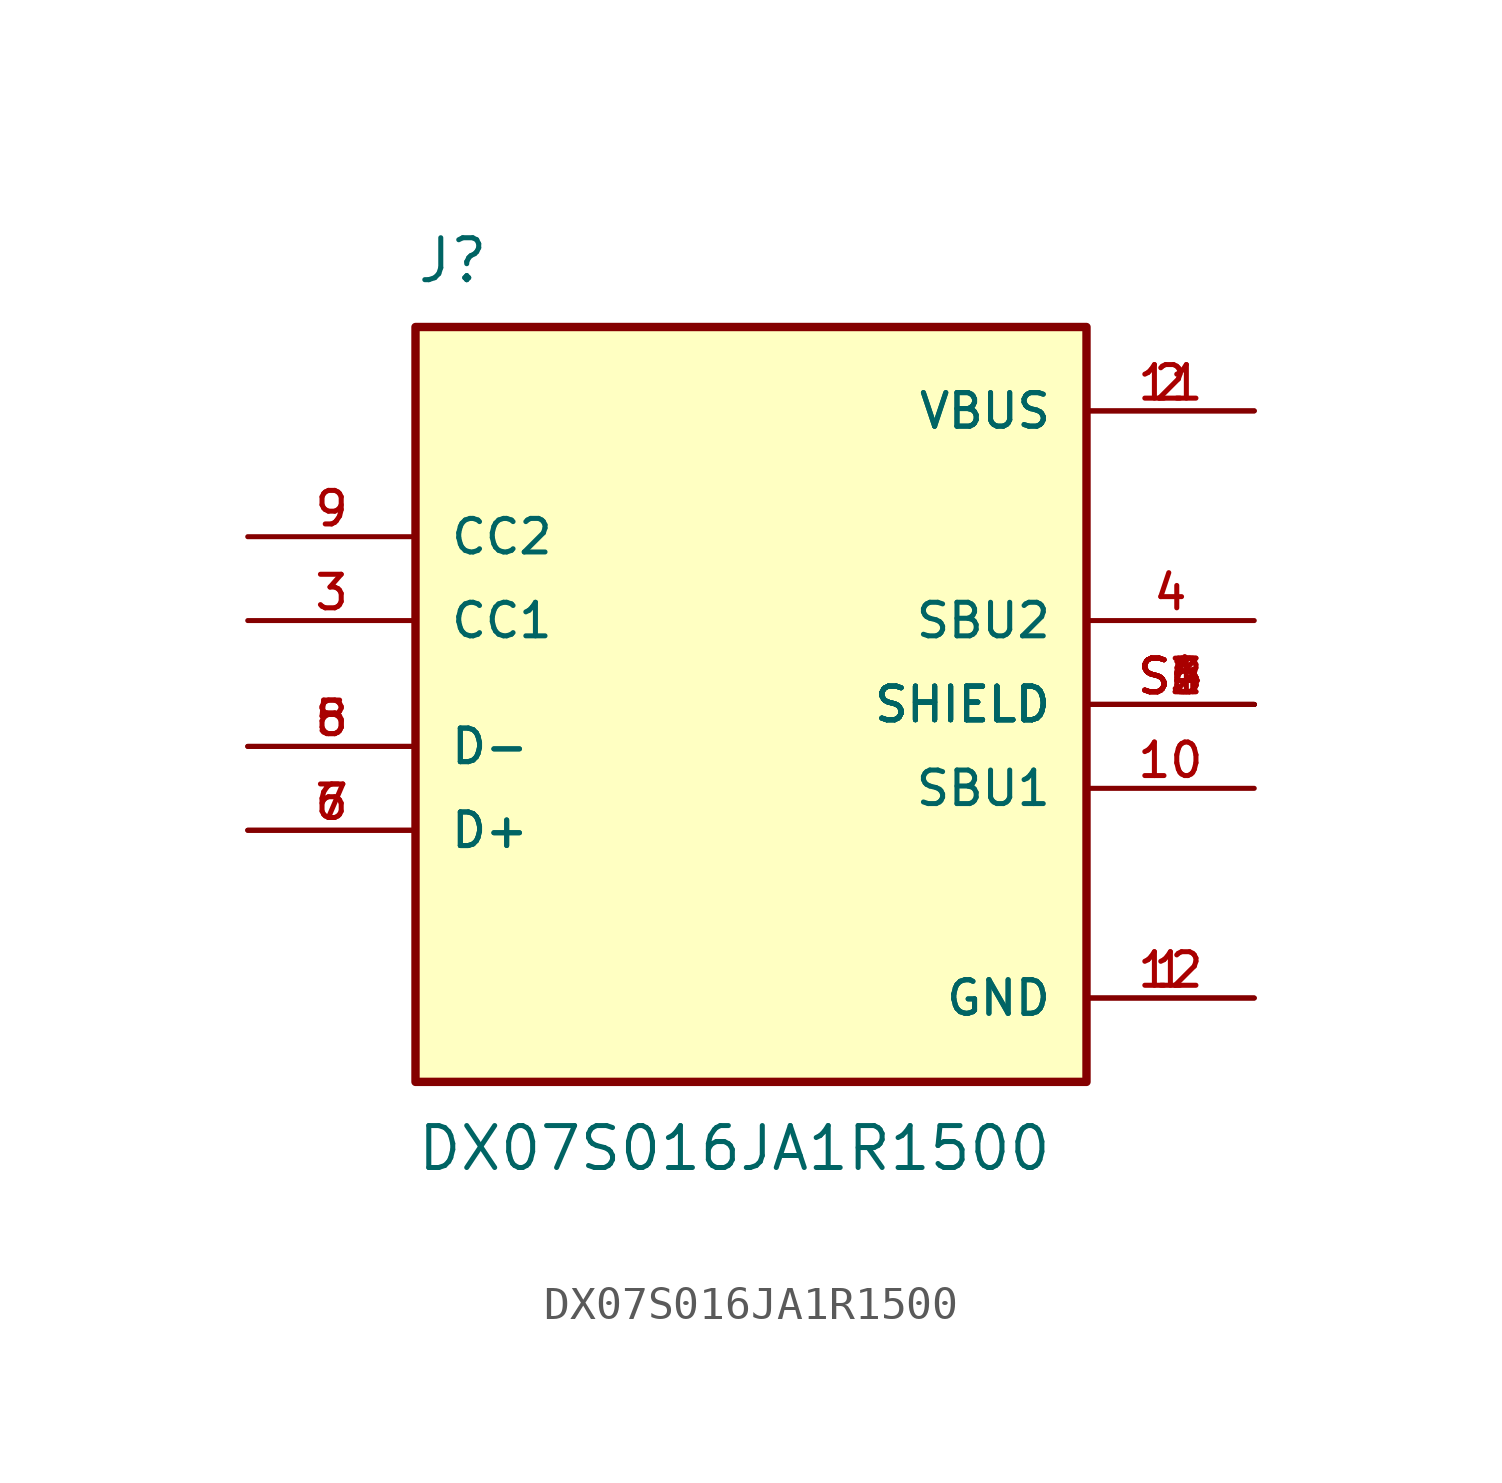
<source format=kicad_sym>
(kicad_symbol_lib
  (version 20231120)
  (generator "kicad_symbol_editor")
  (generator_version "8.0")
  (symbol "DX07S016JA1R1500"
    (pin_names
      (offset 1.016))
    (property "Reference" "J"
      (at -10.16 11.43 0)
      (effects (font (size 1.27 1.27)) (justify left bottom)))
    (property "Value" "DX07S016JA1R1500"
      (at -10.16 -13.97 0)
      (effects (font (size 1.27 1.27)) (justify left top)))
    (symbol "DX07S016JA1R1500_0_0"
      (rectangle (start -10.16 10.16) (end 10.16 -12.7) (stroke (width 0.254) (type default)) (fill (type background)))
      (pin power_in line (at 15.24 -10.16 180) (length 5.08) (name "GND" (effects (font (size 1.016 1.016)))) (number "1" (effects (font (size 1.016 1.016)))))
      (pin passive line (at 15.24 -3.81 180) (length 5.08) (name "SBU1" (effects (font (size 1.016 1.016)))) (number "10" (effects (font (size 1.016 1.016)))))
      (pin passive line (at 15.24 7.62 180) (length 5.08) (name "VBUS" (effects (font (size 1.016 1.016)))) (number "11" (effects (font (size 1.016 1.016)))))
      (pin power_in line (at 15.24 -10.16 180) (length 5.08) (name "GND" (effects (font (size 1.016 1.016)))) (number "12" (effects (font (size 1.016 1.016)))))
      (pin passive line (at 15.24 7.62 180) (length 5.08) (name "VBUS" (effects (font (size 1.016 1.016)))) (number "2" (effects (font (size 1.016 1.016)))))
      (pin passive line (at -15.24 1.27 0) (length 5.08) (name "CC1" (effects (font (size 1.016 1.016)))) (number "3" (effects (font (size 1.016 1.016)))))
      (pin passive line (at 15.24 1.27 180) (length 5.08) (name "SBU2" (effects (font (size 1.016 1.016)))) (number "4" (effects (font (size 1.016 1.016)))))
      (pin passive line (at -15.24 -2.54 0) (length 5.08) (name "D-" (effects (font (size 1.016 1.016)))) (number "5" (effects (font (size 1.016 1.016)))))
      (pin passive line (at -15.24 -5.08 0) (length 5.08) (name "D+" (effects (font (size 1.016 1.016)))) (number "6" (effects (font (size 1.016 1.016)))))
      (pin passive line (at -15.24 -5.08 0) (length 5.08) (name "D+" (effects (font (size 1.016 1.016)))) (number "7" (effects (font (size 1.016 1.016)))))
      (pin passive line (at -15.24 -2.54 0) (length 5.08) (name "D-" (effects (font (size 1.016 1.016)))) (number "8" (effects (font (size 1.016 1.016)))))
      (pin passive line (at -15.24 3.81 0) (length 5.08) (name "CC2" (effects (font (size 1.016 1.016)))) (number "9" (effects (font (size 1.016 1.016)))))
      (pin passive line (at 15.24 -1.27 180) (length 5.08) (name "SHIELD" (effects (font (size 1.016 1.016)))) (number "S1" (effects (font (size 1.016 1.016)))))
      (pin passive line (at 15.24 -1.27 180) (length 5.08) (name "SHIELD" (effects (font (size 1.016 1.016)))) (number "S2" (effects (font (size 1.016 1.016)))))
      (pin passive line (at 15.24 -1.27 180) (length 5.08) (name "SHIELD" (effects (font (size 1.016 1.016)))) (number "S3" (effects (font (size 1.016 1.016)))))
      (pin passive line (at 15.24 -1.27 180) (length 5.08) (name "SHIELD" (effects (font (size 1.016 1.016)))) (number "S4" (effects (font (size 1.016 1.016)))))
      (pin passive line (at 15.24 -1.27 180) (length 5.08) (name "SHIELD" (effects (font (size 1.016 1.016)))) (number "S5" (effects (font (size 1.016 1.016)))))
      (pin passive line (at 15.24 -1.27 180) (length 5.08) (name "SHIELD" (effects (font (size 1.016 1.016)))) (number "S6" (effects (font (size 1.016 1.016))))))))
</source>
